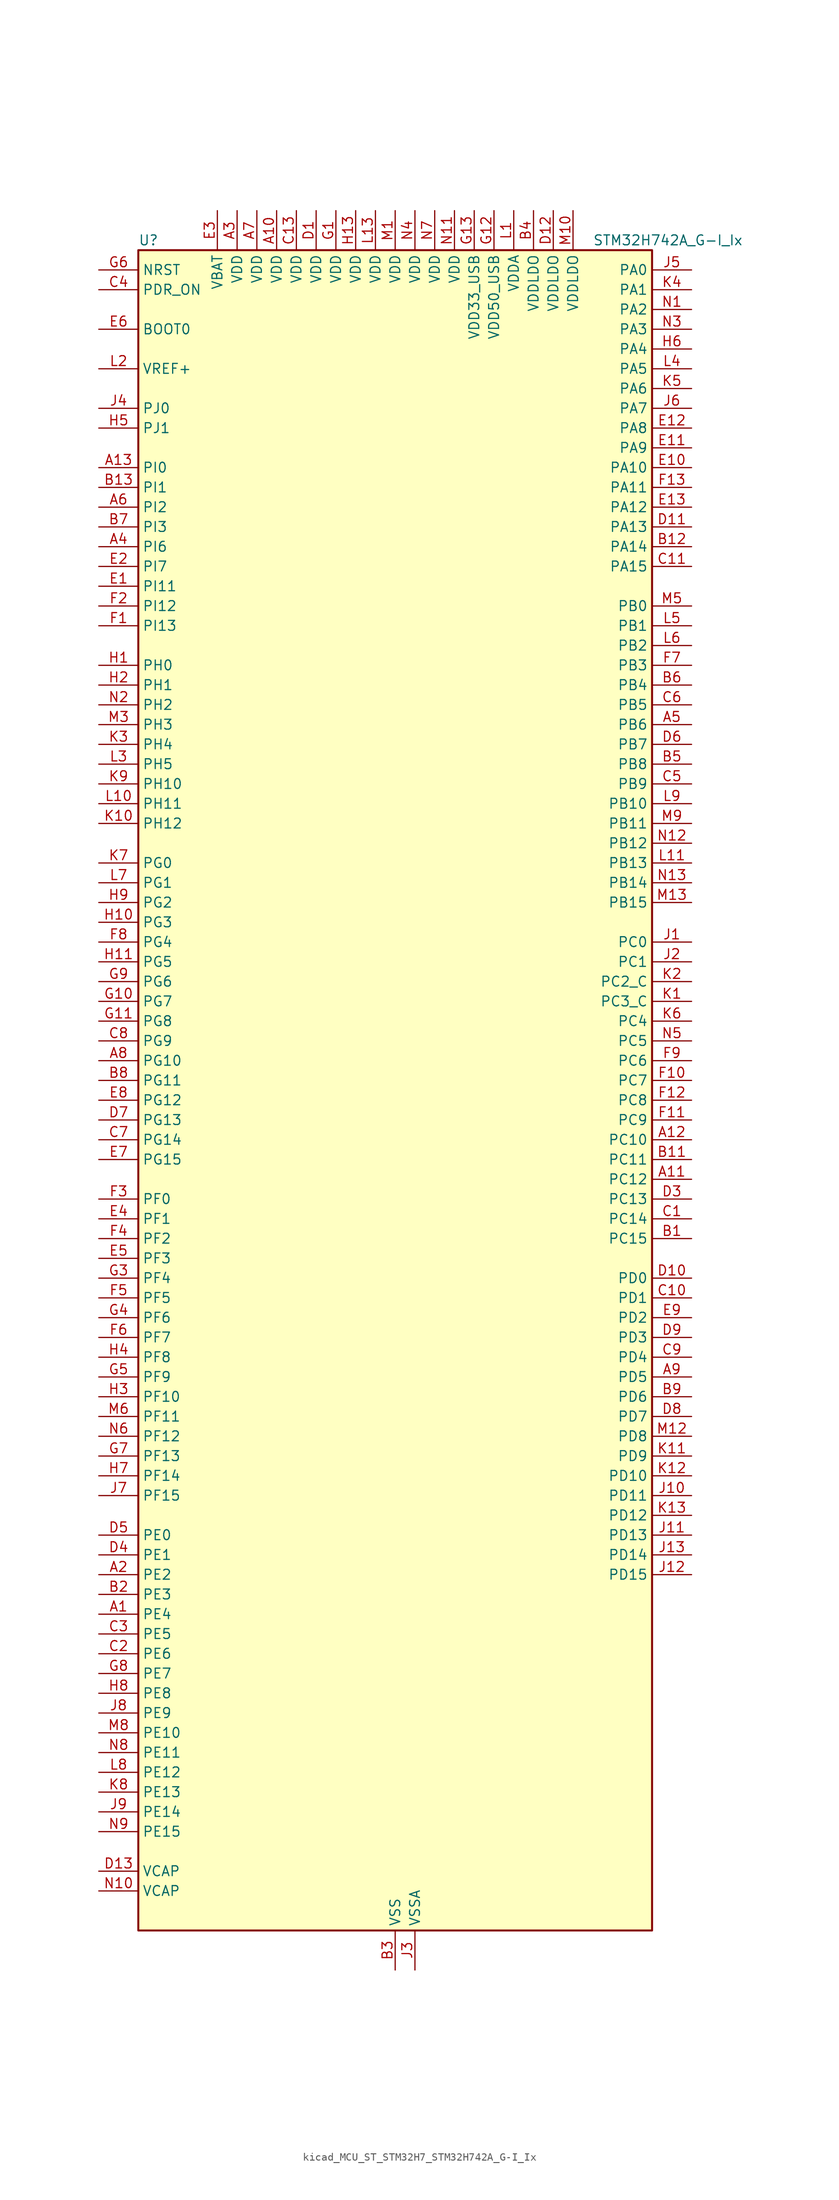
<source format=kicad_sym>
(kicad_symbol_lib
  (version 20220914)
  (generator kicad_symbol_editor)
  (symbol "kicad_MCU_ST_STM32H7_STM32H742A_G-I_Ix"
    (property "Reference" "U"
      (at -33.02 110.49 0)
      (effects (font (size 1.27 1.27)) (justify left)))
    (property "Value" "STM32H742A_G-I_Ix"
      (at 25.4 110.49 0)
      (effects (font (size 1.27 1.27)) (justify left)))
    (property "ki_locked" ""
      (at 0 0 0)
      (effects (font (size 1.27 1.27))))
    (symbol "kicad_MCU_ST_STM32H7_STM32H742A_G-I_Ix_0_1"
      (rectangle (start -33.02 -106.68) (end 33.02 109.22) (stroke (width 0.254) (type default)) (fill (type background))))
    (symbol "kicad_MCU_ST_STM32H7_STM32H742A_G-I_Ix_1_1"
      (pin bidirectional line (at -38.1 -66.04 0) (length 5.08) (name "PE4" (effects (font (size 1.27 1.27)))) (number "A1" (effects (font (size 1.27 1.27)))) (alternate "DCMI_D4" bidirectional line) (alternate "DEBUG_TRACED1" bidirectional line) (alternate "DFSDM1_DATIN3" bidirectional line) (alternate "FMC_A20" bidirectional line) (alternate "SAI1_D2" bidirectional line) (alternate "SAI1_FS_A" bidirectional line) (alternate "SAI4_D2" bidirectional line) (alternate "SAI4_FS_A" bidirectional line) (alternate "SPI4_NSS" bidirectional line) (alternate "TIM15_CH1N" bidirectional line))
      (pin power_in line (at -15.24 114.3 270) (length 5.08) (name "VDD" (effects (font (size 1.27 1.27)))) (number "A10" (effects (font (size 1.27 1.27)))))
      (pin bidirectional line (at 38.1 -10.16 180) (length 5.08) (name "PC12" (effects (font (size 1.27 1.27)))) (number "A11" (effects (font (size 1.27 1.27)))) (alternate "DCMI_D9" bidirectional line) (alternate "DEBUG_TRACED3" bidirectional line) (alternate "HRTIM_EEV2" bidirectional line) (alternate "I2S3_SDO" bidirectional line) (alternate "SDMMC1_CK" bidirectional line) (alternate "SPI3_MOSI" bidirectional line) (alternate "UART5_TX" bidirectional line) (alternate "USART3_CK" bidirectional line))
      (pin bidirectional line (at 38.1 -5.08 180) (length 5.08) (name "PC10" (effects (font (size 1.27 1.27)))) (number "A12" (effects (font (size 1.27 1.27)))) (alternate "DCMI_D8" bidirectional line) (alternate "DFSDM1_CKIN5" bidirectional line) (alternate "HRTIM_EEV1" bidirectional line) (alternate "I2S3_CK" bidirectional line) (alternate "QUADSPI_BK1_IO1" bidirectional line) (alternate "SDMMC1_D2" bidirectional line) (alternate "SPI3_SCK" bidirectional line) (alternate "UART4_TX" bidirectional line) (alternate "USART3_TX" bidirectional line))
      (pin bidirectional line (at -38.1 81.28 0) (length 5.08) (name "PI0" (effects (font (size 1.27 1.27)))) (number "A13" (effects (font (size 1.27 1.27)))) (alternate "DCMI_D13" bidirectional line) (alternate "FMC_D24" bidirectional line) (alternate "I2S2_WS" bidirectional line) (alternate "SPI2_NSS" bidirectional line) (alternate "TIM5_CH4" bidirectional line))
      (pin bidirectional line (at -38.1 -60.96 0) (length 5.08) (name "PE2" (effects (font (size 1.27 1.27)))) (number "A2" (effects (font (size 1.27 1.27)))) (alternate "DEBUG_TRACECLK" bidirectional line) (alternate "ETH_TXD3" bidirectional line) (alternate "FMC_A23" bidirectional line) (alternate "QUADSPI_BK1_IO2" bidirectional line) (alternate "SAI1_CK1" bidirectional line) (alternate "SAI1_MCLK_A" bidirectional line) (alternate "SAI4_CK1" bidirectional line) (alternate "SAI4_MCLK_A" bidirectional line) (alternate "SPI4_SCK" bidirectional line))
      (pin power_in line (at -20.32 114.3 270) (length 5.08) (name "VDD" (effects (font (size 1.27 1.27)))) (number "A3" (effects (font (size 1.27 1.27)))))
      (pin bidirectional line (at -38.1 71.12 0) (length 5.08) (name "PI6" (effects (font (size 1.27 1.27)))) (number "A4" (effects (font (size 1.27 1.27)))) (alternate "DCMI_D6" bidirectional line) (alternate "FMC_D28" bidirectional line) (alternate "SAI2_SD_A" bidirectional line) (alternate "TIM8_CH2" bidirectional line))
      (pin bidirectional line (at 38.1 48.26 180) (length 5.08) (name "PB6" (effects (font (size 1.27 1.27)))) (number "A5" (effects (font (size 1.27 1.27)))) (alternate "CEC" bidirectional line) (alternate "DCMI_D5" bidirectional line) (alternate "DFSDM1_DATIN5" bidirectional line) (alternate "FDCAN2_TX" bidirectional line) (alternate "FMC_SDNE1" bidirectional line) (alternate "HRTIM_EEV8" bidirectional line) (alternate "I2C1_SCL" bidirectional line) (alternate "I2C4_SCL" bidirectional line) (alternate "LPUART1_TX" bidirectional line) (alternate "QUADSPI_BK1_NCS" bidirectional line) (alternate "TIM16_CH1N" bidirectional line) (alternate "TIM4_CH1" bidirectional line) (alternate "UART5_TX" bidirectional line) (alternate "USART1_TX" bidirectional line))
      (pin bidirectional line (at -38.1 76.2 0) (length 5.08) (name "PI2" (effects (font (size 1.27 1.27)))) (number "A6" (effects (font (size 1.27 1.27)))) (alternate "DCMI_D9" bidirectional line) (alternate "FMC_D26" bidirectional line) (alternate "I2S2_SDI" bidirectional line) (alternate "SPI2_MISO" bidirectional line) (alternate "TIM8_CH4" bidirectional line))
      (pin power_in line (at -17.78 114.3 270) (length 5.08) (name "VDD" (effects (font (size 1.27 1.27)))) (number "A7" (effects (font (size 1.27 1.27)))))
      (pin bidirectional line (at -38.1 5.08 0) (length 5.08) (name "PG10" (effects (font (size 1.27 1.27)))) (number "A8" (effects (font (size 1.27 1.27)))) (alternate "DCMI_D2" bidirectional line) (alternate "FMC_NE3" bidirectional line) (alternate "HRTIM_FLT5" bidirectional line) (alternate "I2S1_WS" bidirectional line) (alternate "SAI2_SD_B" bidirectional line) (alternate "SPI1_NSS" bidirectional line))
      (pin bidirectional line (at 38.1 -35.56 180) (length 5.08) (name "PD5" (effects (font (size 1.27 1.27)))) (number "A9" (effects (font (size 1.27 1.27)))) (alternate "FMC_NWE" bidirectional line) (alternate "HRTIM_EEV3" bidirectional line) (alternate "USART2_TX" bidirectional line))
      (pin bidirectional line (at 38.1 -17.78 180) (length 5.08) (name "PC15" (effects (font (size 1.27 1.27)))) (number "B1" (effects (font (size 1.27 1.27)))) (alternate "ADC1_EXTI15" bidirectional line) (alternate "ADC2_EXTI15" bidirectional line) (alternate "ADC3_EXTI15" bidirectional line) (alternate "RCC_OSC32_OUT" bidirectional line))
      (pin passive line (at 0 -111.76 90) (length 5.08) hide (name "VSS" (effects (font (size 1.27 1.27)))) (number "B10" (effects (font (size 1.27 1.27)))))
      (pin bidirectional line (at 38.1 -7.62 180) (length 5.08) (name "PC11" (effects (font (size 1.27 1.27)))) (number "B11" (effects (font (size 1.27 1.27)))) (alternate "ADC1_EXTI11" bidirectional line) (alternate "ADC2_EXTI11" bidirectional line) (alternate "ADC3_EXTI11" bidirectional line) (alternate "DCMI_D4" bidirectional line) (alternate "DFSDM1_DATIN5" bidirectional line) (alternate "HRTIM_FLT2" bidirectional line) (alternate "I2S3_SDI" bidirectional line) (alternate "QUADSPI_BK2_NCS" bidirectional line) (alternate "SDMMC1_D3" bidirectional line) (alternate "SPI3_MISO" bidirectional line) (alternate "UART4_RX" bidirectional line) (alternate "USART3_RX" bidirectional line))
      (pin bidirectional line (at 38.1 71.12 180) (length 5.08) (name "PA14" (effects (font (size 1.27 1.27)))) (number "B12" (effects (font (size 1.27 1.27)))) (alternate "DEBUG_JTCK-SWCLK" bidirectional line))
      (pin bidirectional line (at -38.1 78.74 0) (length 5.08) (name "PI1" (effects (font (size 1.27 1.27)))) (number "B13" (effects (font (size 1.27 1.27)))) (alternate "DCMI_D8" bidirectional line) (alternate "FMC_D25" bidirectional line) (alternate "I2S2_CK" bidirectional line) (alternate "SPI2_SCK" bidirectional line) (alternate "TIM8_BKIN2" bidirectional line) (alternate "TIM8_BKIN2_COMP1" bidirectional line) (alternate "TIM8_BKIN2_COMP2" bidirectional line))
      (pin bidirectional line (at -38.1 -63.5 0) (length 5.08) (name "PE3" (effects (font (size 1.27 1.27)))) (number "B2" (effects (font (size 1.27 1.27)))) (alternate "DEBUG_TRACED0" bidirectional line) (alternate "FMC_A19" bidirectional line) (alternate "SAI1_SD_B" bidirectional line) (alternate "SAI4_SD_B" bidirectional line) (alternate "TIM15_BKIN" bidirectional line))
      (pin power_in line (at 0 -111.76 90) (length 5.08) (name "VSS" (effects (font (size 1.27 1.27)))) (number "B3" (effects (font (size 1.27 1.27)))))
      (pin power_in line (at 17.78 114.3 270) (length 5.08) (name "VDDLDO" (effects (font (size 1.27 1.27)))) (number "B4" (effects (font (size 1.27 1.27)))))
      (pin bidirectional line (at 38.1 43.18 180) (length 5.08) (name "PB8" (effects (font (size 1.27 1.27)))) (number "B5" (effects (font (size 1.27 1.27)))) (alternate "DCMI_D6" bidirectional line) (alternate "DFSDM1_CKIN7" bidirectional line) (alternate "ETH_TXD3" bidirectional line) (alternate "FDCAN1_RX" bidirectional line) (alternate "I2C1_SCL" bidirectional line) (alternate "I2C4_SCL" bidirectional line) (alternate "SDMMC1_CKIN" bidirectional line) (alternate "SDMMC1_D4" bidirectional line) (alternate "SDMMC2_D4" bidirectional line) (alternate "TIM16_CH1" bidirectional line) (alternate "TIM4_CH3" bidirectional line) (alternate "UART4_RX" bidirectional line))
      (pin bidirectional line (at 38.1 53.34 180) (length 5.08) (name "PB4" (effects (font (size 1.27 1.27)))) (number "B6" (effects (font (size 1.27 1.27)))) (alternate "DEBUG_JTRST" bidirectional line) (alternate "HRTIM_EEV6" bidirectional line) (alternate "I2S1_SDI" bidirectional line) (alternate "I2S2_WS" bidirectional line) (alternate "I2S3_SDI" bidirectional line) (alternate "SDMMC2_D3" bidirectional line) (alternate "SPI1_MISO" bidirectional line) (alternate "SPI2_NSS" bidirectional line) (alternate "SPI3_MISO" bidirectional line) (alternate "SPI6_MISO" bidirectional line) (alternate "TIM16_BKIN" bidirectional line) (alternate "TIM3_CH1" bidirectional line) (alternate "UART7_TX" bidirectional line))
      (pin bidirectional line (at -38.1 73.66 0) (length 5.08) (name "PI3" (effects (font (size 1.27 1.27)))) (number "B7" (effects (font (size 1.27 1.27)))) (alternate "DCMI_D10" bidirectional line) (alternate "FMC_D27" bidirectional line) (alternate "I2S2_SDO" bidirectional line) (alternate "SPI2_MOSI" bidirectional line) (alternate "TIM8_ETR" bidirectional line))
      (pin bidirectional line (at -38.1 2.54 0) (length 5.08) (name "PG11" (effects (font (size 1.27 1.27)))) (number "B8" (effects (font (size 1.27 1.27)))) (alternate "ADC1_EXTI11" bidirectional line) (alternate "ADC2_EXTI11" bidirectional line) (alternate "ADC3_EXTI11" bidirectional line) (alternate "DCMI_D3" bidirectional line) (alternate "ETH_TX_EN" bidirectional line) (alternate "HRTIM_EEV4" bidirectional line) (alternate "I2S1_CK" bidirectional line) (alternate "LPTIM1_IN2" bidirectional line) (alternate "SDMMC2_D2" bidirectional line) (alternate "SPDIFRX1_IN0" bidirectional line) (alternate "SPI1_SCK" bidirectional line))
      (pin bidirectional line (at 38.1 -38.1 180) (length 5.08) (name "PD6" (effects (font (size 1.27 1.27)))) (number "B9" (effects (font (size 1.27 1.27)))) (alternate "DCMI_D10" bidirectional line) (alternate "DFSDM1_CKIN4" bidirectional line) (alternate "DFSDM1_DATIN1" bidirectional line) (alternate "FMC_NWAIT" bidirectional line) (alternate "I2S3_SDO" bidirectional line) (alternate "SAI1_D1" bidirectional line) (alternate "SAI1_SD_A" bidirectional line) (alternate "SAI4_D1" bidirectional line) (alternate "SAI4_SD_A" bidirectional line) (alternate "SDMMC2_CK" bidirectional line) (alternate "SPI3_MOSI" bidirectional line) (alternate "USART2_RX" bidirectional line))
      (pin bidirectional line (at 38.1 -15.24 180) (length 5.08) (name "PC14" (effects (font (size 1.27 1.27)))) (number "C1" (effects (font (size 1.27 1.27)))) (alternate "RCC_OSC32_IN" bidirectional line))
      (pin bidirectional line (at 38.1 -25.4 180) (length 5.08) (name "PD1" (effects (font (size 1.27 1.27)))) (number "C10" (effects (font (size 1.27 1.27)))) (alternate "DFSDM1_DATIN6" bidirectional line) (alternate "FDCAN1_TX" bidirectional line) (alternate "FMC_D3" bidirectional line) (alternate "FMC_DA3" bidirectional line) (alternate "SAI3_SD_A" bidirectional line) (alternate "UART4_TX" bidirectional line))
      (pin bidirectional line (at 38.1 68.58 180) (length 5.08) (name "PA15" (effects (font (size 1.27 1.27)))) (number "C11" (effects (font (size 1.27 1.27)))) (alternate "ADC1_EXTI15" bidirectional line) (alternate "ADC2_EXTI15" bidirectional line) (alternate "ADC3_EXTI15" bidirectional line) (alternate "CEC" bidirectional line) (alternate "DEBUG_JTDI" bidirectional line) (alternate "HRTIM_FLT1" bidirectional line) (alternate "I2S1_WS" bidirectional line) (alternate "I2S3_WS" bidirectional line) (alternate "SPI1_NSS" bidirectional line) (alternate "SPI3_NSS" bidirectional line) (alternate "SPI6_NSS" bidirectional line) (alternate "TIM2_CH1" bidirectional line) (alternate "TIM2_ETR" bidirectional line) (alternate "UART4_DE" bidirectional line) (alternate "UART4_RTS" bidirectional line) (alternate "UART7_TX" bidirectional line))
      (pin passive line (at 0 -111.76 90) (length 5.08) hide (name "VSS" (effects (font (size 1.27 1.27)))) (number "C12" (effects (font (size 1.27 1.27)))))
      (pin power_in line (at -12.7 114.3 270) (length 5.08) (name "VDD" (effects (font (size 1.27 1.27)))) (number "C13" (effects (font (size 1.27 1.27)))))
      (pin bidirectional line (at -38.1 -71.12 0) (length 5.08) (name "PE6" (effects (font (size 1.27 1.27)))) (number "C2" (effects (font (size 1.27 1.27)))) (alternate "DCMI_D7" bidirectional line) (alternate "DEBUG_TRACED3" bidirectional line) (alternate "FMC_A22" bidirectional line) (alternate "SAI1_D1" bidirectional line) (alternate "SAI1_SD_A" bidirectional line) (alternate "SAI2_MCLK_B" bidirectional line) (alternate "SAI4_D1" bidirectional line) (alternate "SAI4_SD_A" bidirectional line) (alternate "SPI4_MOSI" bidirectional line) (alternate "TIM15_CH2" bidirectional line) (alternate "TIM1_BKIN2" bidirectional line) (alternate "TIM1_BKIN2_COMP1" bidirectional line) (alternate "TIM1_BKIN2_COMP2" bidirectional line))
      (pin bidirectional line (at -38.1 -68.58 0) (length 5.08) (name "PE5" (effects (font (size 1.27 1.27)))) (number "C3" (effects (font (size 1.27 1.27)))) (alternate "DCMI_D6" bidirectional line) (alternate "DEBUG_TRACED2" bidirectional line) (alternate "DFSDM1_CKIN3" bidirectional line) (alternate "FMC_A21" bidirectional line) (alternate "SAI1_CK2" bidirectional line) (alternate "SAI1_SCK_A" bidirectional line) (alternate "SAI4_CK2" bidirectional line) (alternate "SAI4_SCK_A" bidirectional line) (alternate "SPI4_MISO" bidirectional line) (alternate "TIM15_CH1" bidirectional line))
      (pin input line (at -38.1 104.14 0) (length 5.08) (name "PDR_ON" (effects (font (size 1.27 1.27)))) (number "C4" (effects (font (size 1.27 1.27)))))
      (pin bidirectional line (at 38.1 40.64 180) (length 5.08) (name "PB9" (effects (font (size 1.27 1.27)))) (number "C5" (effects (font (size 1.27 1.27)))) (alternate "DAC1_EXTI9" bidirectional line) (alternate "DCMI_D7" bidirectional line) (alternate "DFSDM1_DATIN7" bidirectional line) (alternate "FDCAN1_TX" bidirectional line) (alternate "I2C1_SDA" bidirectional line) (alternate "I2C4_SDA" bidirectional line) (alternate "I2C4_SMBA" bidirectional line) (alternate "I2S2_WS" bidirectional line) (alternate "SDMMC1_CDIR" bidirectional line) (alternate "SDMMC1_D5" bidirectional line) (alternate "SDMMC2_D5" bidirectional line) (alternate "SPI2_NSS" bidirectional line) (alternate "TIM17_CH1" bidirectional line) (alternate "TIM4_CH4" bidirectional line) (alternate "UART4_TX" bidirectional line))
      (pin bidirectional line (at 38.1 50.8 180) (length 5.08) (name "PB5" (effects (font (size 1.27 1.27)))) (number "C6" (effects (font (size 1.27 1.27)))) (alternate "DCMI_D10" bidirectional line) (alternate "ETH_PPS_OUT" bidirectional line) (alternate "FDCAN2_RX" bidirectional line) (alternate "FMC_SDCKE1" bidirectional line) (alternate "HRTIM_EEV7" bidirectional line) (alternate "I2C1_SMBA" bidirectional line) (alternate "I2C4_SMBA" bidirectional line) (alternate "I2S1_SDO" bidirectional line) (alternate "I2S3_SDO" bidirectional line) (alternate "SPI1_MOSI" bidirectional line) (alternate "SPI3_MOSI" bidirectional line) (alternate "SPI6_MOSI" bidirectional line) (alternate "TIM17_BKIN" bidirectional line) (alternate "TIM3_CH2" bidirectional line) (alternate "UART5_RX" bidirectional line) (alternate "USB_OTG_HS_ULPI_D7" bidirectional line))
      (pin bidirectional line (at -38.1 -5.08 0) (length 5.08) (name "PG14" (effects (font (size 1.27 1.27)))) (number "C7" (effects (font (size 1.27 1.27)))) (alternate "DEBUG_TRACED1" bidirectional line) (alternate "ETH_TXD1" bidirectional line) (alternate "FMC_A25" bidirectional line) (alternate "LPTIM1_ETR" bidirectional line) (alternate "QUADSPI_BK2_IO3" bidirectional line) (alternate "SPI6_MOSI" bidirectional line) (alternate "USART6_TX" bidirectional line))
      (pin bidirectional line (at -38.1 7.62 0) (length 5.08) (name "PG9" (effects (font (size 1.27 1.27)))) (number "C8" (effects (font (size 1.27 1.27)))) (alternate "DAC1_EXTI9" bidirectional line) (alternate "DCMI_VSYNC" bidirectional line) (alternate "FMC_NCE" bidirectional line) (alternate "FMC_NE2" bidirectional line) (alternate "I2S1_SDI" bidirectional line) (alternate "QUADSPI_BK2_IO2" bidirectional line) (alternate "SAI2_FS_B" bidirectional line) (alternate "SPDIFRX1_IN3" bidirectional line) (alternate "SPI1_MISO" bidirectional line) (alternate "USART6_RX" bidirectional line))
      (pin bidirectional line (at 38.1 -33.02 180) (length 5.08) (name "PD4" (effects (font (size 1.27 1.27)))) (number "C9" (effects (font (size 1.27 1.27)))) (alternate "FMC_NOE" bidirectional line) (alternate "HRTIM_FLT3" bidirectional line) (alternate "SAI3_FS_A" bidirectional line) (alternate "USART2_DE" bidirectional line) (alternate "USART2_RTS" bidirectional line))
      (pin power_in line (at -10.16 114.3 270) (length 5.08) (name "VDD" (effects (font (size 1.27 1.27)))) (number "D1" (effects (font (size 1.27 1.27)))))
      (pin bidirectional line (at 38.1 -22.86 180) (length 5.08) (name "PD0" (effects (font (size 1.27 1.27)))) (number "D10" (effects (font (size 1.27 1.27)))) (alternate "DFSDM1_CKIN6" bidirectional line) (alternate "FDCAN1_RX" bidirectional line) (alternate "FMC_D2" bidirectional line) (alternate "FMC_DA2" bidirectional line) (alternate "SAI3_SCK_A" bidirectional line) (alternate "UART4_RX" bidirectional line))
      (pin bidirectional line (at 38.1 73.66 180) (length 5.08) (name "PA13" (effects (font (size 1.27 1.27)))) (number "D11" (effects (font (size 1.27 1.27)))) (alternate "DEBUG_JTMS-SWDIO" bidirectional line))
      (pin power_in line (at 20.32 114.3 270) (length 5.08) (name "VDDLDO" (effects (font (size 1.27 1.27)))) (number "D12" (effects (font (size 1.27 1.27)))))
      (pin power_out line (at -38.1 -99.06 0) (length 5.08) (name "VCAP" (effects (font (size 1.27 1.27)))) (number "D13" (effects (font (size 1.27 1.27)))))
      (pin passive line (at 0 -111.76 90) (length 5.08) hide (name "VSS" (effects (font (size 1.27 1.27)))) (number "D2" (effects (font (size 1.27 1.27)))))
      (pin bidirectional line (at 38.1 -12.7 180) (length 5.08) (name "PC13" (effects (font (size 1.27 1.27)))) (number "D3" (effects (font (size 1.27 1.27)))) (alternate "PWR_WKUP2" bidirectional line) (alternate "RTC_OUT_ALARM" bidirectional line) (alternate "RTC_OUT_CALIB" bidirectional line) (alternate "RTC_TAMP1" bidirectional line) (alternate "RTC_TS" bidirectional line))
      (pin bidirectional line (at -38.1 -58.42 0) (length 5.08) (name "PE1" (effects (font (size 1.27 1.27)))) (number "D4" (effects (font (size 1.27 1.27)))) (alternate "DCMI_D3" bidirectional line) (alternate "FMC_NBL1" bidirectional line) (alternate "HRTIM_SCOUT" bidirectional line) (alternate "LPTIM1_IN2" bidirectional line) (alternate "UART8_TX" bidirectional line))
      (pin bidirectional line (at -38.1 -55.88 0) (length 5.08) (name "PE0" (effects (font (size 1.27 1.27)))) (number "D5" (effects (font (size 1.27 1.27)))) (alternate "DCMI_D2" bidirectional line) (alternate "FMC_NBL0" bidirectional line) (alternate "HRTIM_SCIN" bidirectional line) (alternate "LPTIM1_ETR" bidirectional line) (alternate "LPTIM2_ETR" bidirectional line) (alternate "SAI2_MCLK_A" bidirectional line) (alternate "TIM4_ETR" bidirectional line) (alternate "UART8_RX" bidirectional line))
      (pin bidirectional line (at 38.1 45.72 180) (length 5.08) (name "PB7" (effects (font (size 1.27 1.27)))) (number "D6" (effects (font (size 1.27 1.27)))) (alternate "DCMI_VSYNC" bidirectional line) (alternate "DFSDM1_CKIN5" bidirectional line) (alternate "FMC_NL" bidirectional line) (alternate "HRTIM_EEV9" bidirectional line) (alternate "I2C1_SDA" bidirectional line) (alternate "I2C4_SDA" bidirectional line) (alternate "LPUART1_RX" bidirectional line) (alternate "PWR_PVD_IN" bidirectional line) (alternate "TIM17_CH1N" bidirectional line) (alternate "TIM4_CH2" bidirectional line) (alternate "USART1_RX" bidirectional line))
      (pin bidirectional line (at -38.1 -2.54 0) (length 5.08) (name "PG13" (effects (font (size 1.27 1.27)))) (number "D7" (effects (font (size 1.27 1.27)))) (alternate "DEBUG_TRACED0" bidirectional line) (alternate "ETH_TXD0" bidirectional line) (alternate "FMC_A24" bidirectional line) (alternate "HRTIM_EEV10" bidirectional line) (alternate "LPTIM1_OUT" bidirectional line) (alternate "SPI6_SCK" bidirectional line) (alternate "USART6_CTS" bidirectional line) (alternate "USART6_NSS" bidirectional line))
      (pin bidirectional line (at 38.1 -40.64 180) (length 5.08) (name "PD7" (effects (font (size 1.27 1.27)))) (number "D8" (effects (font (size 1.27 1.27)))) (alternate "DFSDM1_CKIN1" bidirectional line) (alternate "DFSDM1_DATIN4" bidirectional line) (alternate "FMC_NE1" bidirectional line) (alternate "I2S1_SDO" bidirectional line) (alternate "SDMMC2_CMD" bidirectional line) (alternate "SPDIFRX1_IN0" bidirectional line) (alternate "SPI1_MOSI" bidirectional line) (alternate "USART2_CK" bidirectional line))
      (pin bidirectional line (at 38.1 -30.48 180) (length 5.08) (name "PD3" (effects (font (size 1.27 1.27)))) (number "D9" (effects (font (size 1.27 1.27)))) (alternate "DCMI_D5" bidirectional line) (alternate "DFSDM1_CKOUT" bidirectional line) (alternate "FMC_CLK" bidirectional line) (alternate "I2S2_CK" bidirectional line) (alternate "SPI2_SCK" bidirectional line) (alternate "USART2_CTS" bidirectional line) (alternate "USART2_NSS" bidirectional line))
      (pin bidirectional line (at -38.1 66.04 0) (length 5.08) (name "PI11" (effects (font (size 1.27 1.27)))) (number "E1" (effects (font (size 1.27 1.27)))) (alternate "ADC1_EXTI11" bidirectional line) (alternate "ADC2_EXTI11" bidirectional line) (alternate "ADC3_EXTI11" bidirectional line) (alternate "PWR_WKUP4" bidirectional line) (alternate "USB_OTG_HS_ULPI_DIR" bidirectional line))
      (pin bidirectional line (at 38.1 81.28 180) (length 5.08) (name "PA10" (effects (font (size 1.27 1.27)))) (number "E10" (effects (font (size 1.27 1.27)))) (alternate "DCMI_D1" bidirectional line) (alternate "HRTIM_CHC2" bidirectional line) (alternate "LPUART1_RX" bidirectional line) (alternate "MDIOS_MDIO" bidirectional line) (alternate "TIM1_CH3" bidirectional line) (alternate "USART1_RX" bidirectional line) (alternate "USB_OTG_FS_ID" bidirectional line))
      (pin bidirectional line (at 38.1 83.82 180) (length 5.08) (name "PA9" (effects (font (size 1.27 1.27)))) (number "E11" (effects (font (size 1.27 1.27)))) (alternate "DAC1_EXTI9" bidirectional line) (alternate "DCMI_D0" bidirectional line) (alternate "HRTIM_CHC1" bidirectional line) (alternate "I2C3_SMBA" bidirectional line) (alternate "I2S2_CK" bidirectional line) (alternate "LPUART1_TX" bidirectional line) (alternate "SPI2_SCK" bidirectional line) (alternate "TIM1_CH2" bidirectional line) (alternate "USART1_TX" bidirectional line) (alternate "USB_OTG_FS_VBUS" bidirectional line))
      (pin bidirectional line (at 38.1 86.36 180) (length 5.08) (name "PA8" (effects (font (size 1.27 1.27)))) (number "E12" (effects (font (size 1.27 1.27)))) (alternate "HRTIM_CHB2" bidirectional line) (alternate "I2C3_SCL" bidirectional line) (alternate "RCC_MCO_1" bidirectional line) (alternate "TIM1_CH1" bidirectional line) (alternate "TIM8_BKIN2" bidirectional line) (alternate "TIM8_BKIN2_COMP1" bidirectional line) (alternate "TIM8_BKIN2_COMP2" bidirectional line) (alternate "UART7_RX" bidirectional line) (alternate "USART1_CK" bidirectional line) (alternate "USB_OTG_FS_SOF" bidirectional line))
      (pin bidirectional line (at 38.1 76.2 180) (length 5.08) (name "PA12" (effects (font (size 1.27 1.27)))) (number "E13" (effects (font (size 1.27 1.27)))) (alternate "FDCAN1_TX" bidirectional line) (alternate "HRTIM_CHD2" bidirectional line) (alternate "I2S2_CK" bidirectional line) (alternate "LPUART1_DE" bidirectional line) (alternate "LPUART1_RTS" bidirectional line) (alternate "SAI2_FS_B" bidirectional line) (alternate "SPI2_SCK" bidirectional line) (alternate "TIM1_ETR" bidirectional line) (alternate "UART4_TX" bidirectional line) (alternate "USART1_DE" bidirectional line) (alternate "USART1_RTS" bidirectional line) (alternate "USB_OTG_FS_DP" bidirectional line))
      (pin bidirectional line (at -38.1 68.58 0) (length 5.08) (name "PI7" (effects (font (size 1.27 1.27)))) (number "E2" (effects (font (size 1.27 1.27)))) (alternate "DCMI_D7" bidirectional line) (alternate "FMC_D29" bidirectional line) (alternate "SAI2_FS_A" bidirectional line) (alternate "TIM8_CH3" bidirectional line))
      (pin power_in line (at -22.86 114.3 270) (length 5.08) (name "VBAT" (effects (font (size 1.27 1.27)))) (number "E3" (effects (font (size 1.27 1.27)))))
      (pin bidirectional line (at -38.1 -15.24 0) (length 5.08) (name "PF1" (effects (font (size 1.27 1.27)))) (number "E4" (effects (font (size 1.27 1.27)))) (alternate "FMC_A1" bidirectional line) (alternate "I2C2_SCL" bidirectional line))
      (pin bidirectional line (at -38.1 -20.32 0) (length 5.08) (name "PF3" (effects (font (size 1.27 1.27)))) (number "E5" (effects (font (size 1.27 1.27)))) (alternate "ADC3_INP5" bidirectional line) (alternate "FMC_A3" bidirectional line))
      (pin input line (at -38.1 99.06 0) (length 5.08) (name "BOOT0" (effects (font (size 1.27 1.27)))) (number "E6" (effects (font (size 1.27 1.27)))))
      (pin bidirectional line (at -38.1 -7.62 0) (length 5.08) (name "PG15" (effects (font (size 1.27 1.27)))) (number "E7" (effects (font (size 1.27 1.27)))) (alternate "ADC1_EXTI15" bidirectional line) (alternate "ADC2_EXTI15" bidirectional line) (alternate "ADC3_EXTI15" bidirectional line) (alternate "DCMI_D13" bidirectional line) (alternate "FMC_SDNCAS" bidirectional line) (alternate "USART6_CTS" bidirectional line) (alternate "USART6_NSS" bidirectional line))
      (pin bidirectional line (at -38.1 0 0) (length 5.08) (name "PG12" (effects (font (size 1.27 1.27)))) (number "E8" (effects (font (size 1.27 1.27)))) (alternate "ETH_TXD1" bidirectional line) (alternate "FMC_NE4" bidirectional line) (alternate "HRTIM_EEV5" bidirectional line) (alternate "LPTIM1_IN1" bidirectional line) (alternate "SPDIFRX1_IN1" bidirectional line) (alternate "SPI6_MISO" bidirectional line) (alternate "USART6_DE" bidirectional line) (alternate "USART6_RTS" bidirectional line))
      (pin bidirectional line (at 38.1 -27.94 180) (length 5.08) (name "PD2" (effects (font (size 1.27 1.27)))) (number "E9" (effects (font (size 1.27 1.27)))) (alternate "DCMI_D11" bidirectional line) (alternate "DEBUG_TRACED2" bidirectional line) (alternate "SDMMC1_CMD" bidirectional line) (alternate "TIM3_ETR" bidirectional line) (alternate "UART5_RX" bidirectional line))
      (pin bidirectional line (at -38.1 60.96 0) (length 5.08) (name "PI13" (effects (font (size 1.27 1.27)))) (number "F1" (effects (font (size 1.27 1.27)))))
      (pin bidirectional line (at 38.1 2.54 180) (length 5.08) (name "PC7" (effects (font (size 1.27 1.27)))) (number "F10" (effects (font (size 1.27 1.27)))) (alternate "DCMI_D1" bidirectional line) (alternate "DEBUG_TRGIO" bidirectional line) (alternate "DFSDM1_DATIN3" bidirectional line) (alternate "FMC_NE1" bidirectional line) (alternate "HRTIM_CHA2" bidirectional line) (alternate "I2S3_MCK" bidirectional line) (alternate "SDMMC1_D123DIR" bidirectional line) (alternate "SDMMC1_D7" bidirectional line) (alternate "SDMMC2_D7" bidirectional line) (alternate "SWPMI1_TX" bidirectional line) (alternate "TIM3_CH2" bidirectional line) (alternate "TIM8_CH2" bidirectional line) (alternate "USART6_RX" bidirectional line))
      (pin bidirectional line (at 38.1 -2.54 180) (length 5.08) (name "PC9" (effects (font (size 1.27 1.27)))) (number "F11" (effects (font (size 1.27 1.27)))) (alternate "DAC1_EXTI9" bidirectional line) (alternate "DCMI_D3" bidirectional line) (alternate "I2C3_SDA" bidirectional line) (alternate "I2S_CKIN" bidirectional line) (alternate "QUADSPI_BK1_IO0" bidirectional line) (alternate "RCC_MCO_2" bidirectional line) (alternate "SDMMC1_D1" bidirectional line) (alternate "SWPMI1_SUSPEND" bidirectional line) (alternate "TIM3_CH4" bidirectional line) (alternate "TIM8_CH4" bidirectional line) (alternate "UART5_CTS" bidirectional line))
      (pin bidirectional line (at 38.1 0 180) (length 5.08) (name "PC8" (effects (font (size 1.27 1.27)))) (number "F12" (effects (font (size 1.27 1.27)))) (alternate "DCMI_D2" bidirectional line) (alternate "DEBUG_TRACED1" bidirectional line) (alternate "FMC_NCE" bidirectional line) (alternate "FMC_NE2" bidirectional line) (alternate "HRTIM_CHB1" bidirectional line) (alternate "SDMMC1_D0" bidirectional line) (alternate "SWPMI1_RX" bidirectional line) (alternate "TIM3_CH3" bidirectional line) (alternate "TIM8_CH3" bidirectional line) (alternate "UART5_DE" bidirectional line) (alternate "UART5_RTS" bidirectional line) (alternate "USART6_CK" bidirectional line))
      (pin bidirectional line (at 38.1 78.74 180) (length 5.08) (name "PA11" (effects (font (size 1.27 1.27)))) (number "F13" (effects (font (size 1.27 1.27)))) (alternate "ADC1_EXTI11" bidirectional line) (alternate "ADC2_EXTI11" bidirectional line) (alternate "ADC3_EXTI11" bidirectional line) (alternate "FDCAN1_RX" bidirectional line) (alternate "HRTIM_CHD1" bidirectional line) (alternate "I2S2_WS" bidirectional line) (alternate "LPUART1_CTS" bidirectional line) (alternate "SPI2_NSS" bidirectional line) (alternate "TIM1_CH4" bidirectional line) (alternate "UART4_RX" bidirectional line) (alternate "USART1_CTS" bidirectional line) (alternate "USART1_NSS" bidirectional line) (alternate "USB_OTG_FS_DM" bidirectional line))
      (pin bidirectional line (at -38.1 63.5 0) (length 5.08) (name "PI12" (effects (font (size 1.27 1.27)))) (number "F2" (effects (font (size 1.27 1.27)))))
      (pin bidirectional line (at -38.1 -12.7 0) (length 5.08) (name "PF0" (effects (font (size 1.27 1.27)))) (number "F3" (effects (font (size 1.27 1.27)))) (alternate "FMC_A0" bidirectional line) (alternate "I2C2_SDA" bidirectional line))
      (pin bidirectional line (at -38.1 -17.78 0) (length 5.08) (name "PF2" (effects (font (size 1.27 1.27)))) (number "F4" (effects (font (size 1.27 1.27)))) (alternate "FMC_A2" bidirectional line) (alternate "I2C2_SMBA" bidirectional line))
      (pin bidirectional line (at -38.1 -25.4 0) (length 5.08) (name "PF5" (effects (font (size 1.27 1.27)))) (number "F5" (effects (font (size 1.27 1.27)))) (alternate "ADC3_INP4" bidirectional line) (alternate "FMC_A5" bidirectional line))
      (pin bidirectional line (at -38.1 -30.48 0) (length 5.08) (name "PF7" (effects (font (size 1.27 1.27)))) (number "F6" (effects (font (size 1.27 1.27)))) (alternate "ADC3_INP3" bidirectional line) (alternate "QUADSPI_BK1_IO2" bidirectional line) (alternate "SAI1_MCLK_B" bidirectional line) (alternate "SAI4_MCLK_B" bidirectional line) (alternate "SPI5_SCK" bidirectional line) (alternate "TIM17_CH1" bidirectional line) (alternate "UART7_TX" bidirectional line))
      (pin bidirectional line (at 38.1 55.88 180) (length 5.08) (name "PB3" (effects (font (size 1.27 1.27)))) (number "F7" (effects (font (size 1.27 1.27)))) (alternate "CRS_SYNC" bidirectional line) (alternate "DEBUG_JTDO-SWO" bidirectional line) (alternate "HRTIM_FLT4" bidirectional line) (alternate "I2S1_CK" bidirectional line) (alternate "I2S3_CK" bidirectional line) (alternate "SDMMC2_D2" bidirectional line) (alternate "SPI1_SCK" bidirectional line) (alternate "SPI3_SCK" bidirectional line) (alternate "SPI6_SCK" bidirectional line) (alternate "TIM2_CH2" bidirectional line) (alternate "UART7_RX" bidirectional line))
      (pin bidirectional line (at -38.1 20.32 0) (length 5.08) (name "PG4" (effects (font (size 1.27 1.27)))) (number "F8" (effects (font (size 1.27 1.27)))) (alternate "FMC_A14" bidirectional line) (alternate "FMC_BA0" bidirectional line) (alternate "TIM1_BKIN2" bidirectional line) (alternate "TIM1_BKIN2_COMP1" bidirectional line) (alternate "TIM1_BKIN2_COMP2" bidirectional line))
      (pin bidirectional line (at 38.1 5.08 180) (length 5.08) (name "PC6" (effects (font (size 1.27 1.27)))) (number "F9" (effects (font (size 1.27 1.27)))) (alternate "DCMI_D0" bidirectional line) (alternate "DFSDM1_CKIN3" bidirectional line) (alternate "FMC_NWAIT" bidirectional line) (alternate "HRTIM_CHA1" bidirectional line) (alternate "I2S2_MCK" bidirectional line) (alternate "SDMMC1_D0DIR" bidirectional line) (alternate "SDMMC1_D6" bidirectional line) (alternate "SDMMC2_D6" bidirectional line) (alternate "SWPMI1_IO" bidirectional line) (alternate "TIM3_CH1" bidirectional line) (alternate "TIM8_CH1" bidirectional line) (alternate "USART6_TX" bidirectional line))
      (pin power_in line (at -7.62 114.3 270) (length 5.08) (name "VDD" (effects (font (size 1.27 1.27)))) (number "G1" (effects (font (size 1.27 1.27)))))
      (pin bidirectional line (at -38.1 12.7 0) (length 5.08) (name "PG7" (effects (font (size 1.27 1.27)))) (number "G10" (effects (font (size 1.27 1.27)))) (alternate "DCMI_D13" bidirectional line) (alternate "FMC_INT" bidirectional line) (alternate "HRTIM_CHE2" bidirectional line) (alternate "SAI1_MCLK_A" bidirectional line) (alternate "USART6_CK" bidirectional line))
      (pin bidirectional line (at -38.1 10.16 0) (length 5.08) (name "PG8" (effects (font (size 1.27 1.27)))) (number "G11" (effects (font (size 1.27 1.27)))) (alternate "ETH_PPS_OUT" bidirectional line) (alternate "FMC_SDCLK" bidirectional line) (alternate "SPDIFRX1_IN2" bidirectional line) (alternate "SPI6_NSS" bidirectional line) (alternate "TIM8_ETR" bidirectional line) (alternate "USART6_DE" bidirectional line) (alternate "USART6_RTS" bidirectional line))
      (pin power_in line (at 12.7 114.3 270) (length 5.08) (name "VDD50_USB" (effects (font (size 1.27 1.27)))) (number "G12" (effects (font (size 1.27 1.27)))))
      (pin power_in line (at 10.16 114.3 270) (length 5.08) (name "VDD33_USB" (effects (font (size 1.27 1.27)))) (number "G13" (effects (font (size 1.27 1.27)))))
      (pin passive line (at 0 -111.76 90) (length 5.08) hide (name "VSS" (effects (font (size 1.27 1.27)))) (number "G2" (effects (font (size 1.27 1.27)))))
      (pin bidirectional line (at -38.1 -22.86 0) (length 5.08) (name "PF4" (effects (font (size 1.27 1.27)))) (number "G3" (effects (font (size 1.27 1.27)))) (alternate "ADC3_INN5" bidirectional line) (alternate "ADC3_INP9" bidirectional line) (alternate "FMC_A4" bidirectional line))
      (pin bidirectional line (at -38.1 -27.94 0) (length 5.08) (name "PF6" (effects (font (size 1.27 1.27)))) (number "G4" (effects (font (size 1.27 1.27)))) (alternate "ADC3_INN4" bidirectional line) (alternate "ADC3_INP8" bidirectional line) (alternate "QUADSPI_BK1_IO3" bidirectional line) (alternate "SAI1_SD_B" bidirectional line) (alternate "SAI4_SD_B" bidirectional line) (alternate "SPI5_NSS" bidirectional line) (alternate "TIM16_CH1" bidirectional line) (alternate "UART7_RX" bidirectional line))
      (pin bidirectional line (at -38.1 -35.56 0) (length 5.08) (name "PF9" (effects (font (size 1.27 1.27)))) (number "G5" (effects (font (size 1.27 1.27)))) (alternate "ADC3_INP2" bidirectional line) (alternate "DAC1_EXTI9" bidirectional line) (alternate "QUADSPI_BK1_IO1" bidirectional line) (alternate "SAI1_FS_B" bidirectional line) (alternate "SAI4_FS_B" bidirectional line) (alternate "SPI5_MOSI" bidirectional line) (alternate "TIM14_CH1" bidirectional line) (alternate "TIM17_CH1N" bidirectional line) (alternate "UART7_CTS" bidirectional line))
      (pin input line (at -38.1 106.68 0) (length 5.08) (name "NRST" (effects (font (size 1.27 1.27)))) (number "G6" (effects (font (size 1.27 1.27)))))
      (pin bidirectional line (at -38.1 -45.72 0) (length 5.08) (name "PF13" (effects (font (size 1.27 1.27)))) (number "G7" (effects (font (size 1.27 1.27)))) (alternate "ADC2_INP2" bidirectional line) (alternate "DFSDM1_DATIN6" bidirectional line) (alternate "FMC_A7" bidirectional line) (alternate "I2C4_SMBA" bidirectional line))
      (pin bidirectional line (at -38.1 -73.66 0) (length 5.08) (name "PE7" (effects (font (size 1.27 1.27)))) (number "G8" (effects (font (size 1.27 1.27)))) (alternate "COMP2_INM" bidirectional line) (alternate "DFSDM1_DATIN2" bidirectional line) (alternate "FMC_D4" bidirectional line) (alternate "FMC_DA4" bidirectional line) (alternate "OPAMP2_VOUT" bidirectional line) (alternate "QUADSPI_BK2_IO0" bidirectional line) (alternate "TIM1_ETR" bidirectional line) (alternate "UART7_RX" bidirectional line))
      (pin bidirectional line (at -38.1 15.24 0) (length 5.08) (name "PG6" (effects (font (size 1.27 1.27)))) (number "G9" (effects (font (size 1.27 1.27)))) (alternate "DCMI_D12" bidirectional line) (alternate "FMC_NE3" bidirectional line) (alternate "HRTIM_CHE1" bidirectional line) (alternate "QUADSPI_BK1_NCS" bidirectional line) (alternate "TIM17_BKIN" bidirectional line))
      (pin bidirectional line (at -38.1 55.88 0) (length 5.08) (name "PH0" (effects (font (size 1.27 1.27)))) (number "H1" (effects (font (size 1.27 1.27)))) (alternate "RCC_OSC_IN" bidirectional line))
      (pin bidirectional line (at -38.1 22.86 0) (length 5.08) (name "PG3" (effects (font (size 1.27 1.27)))) (number "H10" (effects (font (size 1.27 1.27)))) (alternate "FMC_A13" bidirectional line) (alternate "TIM8_BKIN2" bidirectional line) (alternate "TIM8_BKIN2_COMP1" bidirectional line) (alternate "TIM8_BKIN2_COMP2" bidirectional line))
      (pin bidirectional line (at -38.1 17.78 0) (length 5.08) (name "PG5" (effects (font (size 1.27 1.27)))) (number "H11" (effects (font (size 1.27 1.27)))) (alternate "FMC_A15" bidirectional line) (alternate "FMC_BA1" bidirectional line) (alternate "TIM1_ETR" bidirectional line))
      (pin passive line (at 0 -111.76 90) (length 5.08) hide (name "VSS" (effects (font (size 1.27 1.27)))) (number "H12" (effects (font (size 1.27 1.27)))))
      (pin power_in line (at -5.08 114.3 270) (length 5.08) (name "VDD" (effects (font (size 1.27 1.27)))) (number "H13" (effects (font (size 1.27 1.27)))))
      (pin bidirectional line (at -38.1 53.34 0) (length 5.08) (name "PH1" (effects (font (size 1.27 1.27)))) (number "H2" (effects (font (size 1.27 1.27)))) (alternate "RCC_OSC_OUT" bidirectional line))
      (pin bidirectional line (at -38.1 -38.1 0) (length 5.08) (name "PF10" (effects (font (size 1.27 1.27)))) (number "H3" (effects (font (size 1.27 1.27)))) (alternate "ADC3_INN2" bidirectional line) (alternate "ADC3_INP6" bidirectional line) (alternate "DCMI_D11" bidirectional line) (alternate "QUADSPI_CLK" bidirectional line) (alternate "SAI1_D3" bidirectional line) (alternate "SAI4_D3" bidirectional line) (alternate "TIM16_BKIN" bidirectional line))
      (pin bidirectional line (at -38.1 -33.02 0) (length 5.08) (name "PF8" (effects (font (size 1.27 1.27)))) (number "H4" (effects (font (size 1.27 1.27)))) (alternate "ADC3_INN3" bidirectional line) (alternate "ADC3_INP7" bidirectional line) (alternate "QUADSPI_BK1_IO0" bidirectional line) (alternate "SAI1_SCK_B" bidirectional line) (alternate "SAI4_SCK_B" bidirectional line) (alternate "SPI5_MISO" bidirectional line) (alternate "TIM13_CH1" bidirectional line) (alternate "TIM16_CH1N" bidirectional line) (alternate "UART7_DE" bidirectional line) (alternate "UART7_RTS" bidirectional line))
      (pin bidirectional line (at -38.1 86.36 0) (length 5.08) (name "PJ1" (effects (font (size 1.27 1.27)))) (number "H5" (effects (font (size 1.27 1.27)))))
      (pin bidirectional line (at 38.1 96.52 180) (length 5.08) (name "PA4" (effects (font (size 1.27 1.27)))) (number "H6" (effects (font (size 1.27 1.27)))) (alternate "ADC1_INP18" bidirectional line) (alternate "ADC2_INP18" bidirectional line) (alternate "DAC1_OUT1" bidirectional line) (alternate "DCMI_HSYNC" bidirectional line) (alternate "I2S1_WS" bidirectional line) (alternate "I2S3_WS" bidirectional line) (alternate "SPI1_NSS" bidirectional line) (alternate "SPI3_NSS" bidirectional line) (alternate "SPI6_NSS" bidirectional line) (alternate "TIM5_ETR" bidirectional line) (alternate "USART2_CK" bidirectional line) (alternate "USB_OTG_HS_SOF" bidirectional line))
      (pin bidirectional line (at -38.1 -48.26 0) (length 5.08) (name "PF14" (effects (font (size 1.27 1.27)))) (number "H7" (effects (font (size 1.27 1.27)))) (alternate "ADC2_INN2" bidirectional line) (alternate "ADC2_INP6" bidirectional line) (alternate "DFSDM1_CKIN6" bidirectional line) (alternate "FMC_A8" bidirectional line) (alternate "I2C4_SCL" bidirectional line))
      (pin bidirectional line (at -38.1 -76.2 0) (length 5.08) (name "PE8" (effects (font (size 1.27 1.27)))) (number "H8" (effects (font (size 1.27 1.27)))) (alternate "COMP2_OUT" bidirectional line) (alternate "DFSDM1_CKIN2" bidirectional line) (alternate "FMC_D5" bidirectional line) (alternate "FMC_DA5" bidirectional line) (alternate "OPAMP2_VINM" bidirectional line) (alternate "OPAMP2_VINM0" bidirectional line) (alternate "QUADSPI_BK2_IO1" bidirectional line) (alternate "TIM1_CH1N" bidirectional line) (alternate "UART7_TX" bidirectional line))
      (pin bidirectional line (at -38.1 25.4 0) (length 5.08) (name "PG2" (effects (font (size 1.27 1.27)))) (number "H9" (effects (font (size 1.27 1.27)))) (alternate "FMC_A12" bidirectional line) (alternate "TIM8_BKIN" bidirectional line) (alternate "TIM8_BKIN_COMP1" bidirectional line) (alternate "TIM8_BKIN_COMP2" bidirectional line))
      (pin bidirectional line (at 38.1 20.32 180) (length 5.08) (name "PC0" (effects (font (size 1.27 1.27)))) (number "J1" (effects (font (size 1.27 1.27)))) (alternate "ADC1_INP10" bidirectional line) (alternate "ADC2_INP10" bidirectional line) (alternate "ADC3_INP10" bidirectional line) (alternate "DFSDM1_CKIN0" bidirectional line) (alternate "DFSDM1_DATIN4" bidirectional line) (alternate "FMC_SDNWE" bidirectional line) (alternate "SAI2_FS_B" bidirectional line) (alternate "USB_OTG_HS_ULPI_STP" bidirectional line))
      (pin bidirectional line (at 38.1 -50.8 180) (length 5.08) (name "PD11" (effects (font (size 1.27 1.27)))) (number "J10" (effects (font (size 1.27 1.27)))) (alternate "ADC1_EXTI11" bidirectional line) (alternate "ADC2_EXTI11" bidirectional line) (alternate "ADC3_EXTI11" bidirectional line) (alternate "FMC_A16" bidirectional line) (alternate "FMC_CLE" bidirectional line) (alternate "I2C4_SMBA" bidirectional line) (alternate "LPTIM2_IN2" bidirectional line) (alternate "QUADSPI_BK1_IO0" bidirectional line) (alternate "SAI2_SD_A" bidirectional line) (alternate "USART3_CTS" bidirectional line) (alternate "USART3_NSS" bidirectional line))
      (pin bidirectional line (at 38.1 -55.88 180) (length 5.08) (name "PD13" (effects (font (size 1.27 1.27)))) (number "J11" (effects (font (size 1.27 1.27)))) (alternate "FMC_A18" bidirectional line) (alternate "I2C4_SDA" bidirectional line) (alternate "LPTIM1_OUT" bidirectional line) (alternate "QUADSPI_BK1_IO3" bidirectional line) (alternate "SAI2_SCK_A" bidirectional line) (alternate "TIM4_CH2" bidirectional line))
      (pin bidirectional line (at 38.1 -60.96 180) (length 5.08) (name "PD15" (effects (font (size 1.27 1.27)))) (number "J12" (effects (font (size 1.27 1.27)))) (alternate "ADC1_EXTI15" bidirectional line) (alternate "ADC2_EXTI15" bidirectional line) (alternate "ADC3_EXTI15" bidirectional line) (alternate "FMC_D1" bidirectional line) (alternate "FMC_DA1" bidirectional line) (alternate "SAI3_MCLK_A" bidirectional line) (alternate "TIM4_CH4" bidirectional line) (alternate "UART8_DE" bidirectional line) (alternate "UART8_RTS" bidirectional line))
      (pin bidirectional line (at 38.1 -58.42 180) (length 5.08) (name "PD14" (effects (font (size 1.27 1.27)))) (number "J13" (effects (font (size 1.27 1.27)))) (alternate "FMC_D0" bidirectional line) (alternate "FMC_DA0" bidirectional line) (alternate "SAI3_MCLK_B" bidirectional line) (alternate "TIM4_CH3" bidirectional line) (alternate "UART8_CTS" bidirectional line))
      (pin bidirectional line (at 38.1 17.78 180) (length 5.08) (name "PC1" (effects (font (size 1.27 1.27)))) (number "J2" (effects (font (size 1.27 1.27)))) (alternate "ADC1_INN10" bidirectional line) (alternate "ADC1_INP11" bidirectional line) (alternate "ADC2_INN10" bidirectional line) (alternate "ADC2_INP11" bidirectional line) (alternate "ADC3_INN10" bidirectional line) (alternate "ADC3_INP11" bidirectional line) (alternate "DEBUG_TRACED0" bidirectional line) (alternate "DFSDM1_CKIN4" bidirectional line) (alternate "DFSDM1_DATIN0" bidirectional line) (alternate "ETH_MDC" bidirectional line) (alternate "I2S2_SDO" bidirectional line) (alternate "MDIOS_MDC" bidirectional line) (alternate "PWR_WKUP5" bidirectional line) (alternate "RTC_TAMP3" bidirectional line) (alternate "SAI1_D1" bidirectional line) (alternate "SAI1_SD_A" bidirectional line) (alternate "SAI4_D1" bidirectional line) (alternate "SAI4_SD_A" bidirectional line) (alternate "SDMMC2_CK" bidirectional line) (alternate "SPI2_MOSI" bidirectional line))
      (pin power_in line (at 2.54 -111.76 90) (length 5.08) (name "VSSA" (effects (font (size 1.27 1.27)))) (number "J3" (effects (font (size 1.27 1.27)))))
      (pin bidirectional line (at -38.1 88.9 0) (length 5.08) (name "PJ0" (effects (font (size 1.27 1.27)))) (number "J4" (effects (font (size 1.27 1.27)))))
      (pin bidirectional line (at 38.1 106.68 180) (length 5.08) (name "PA0" (effects (font (size 1.27 1.27)))) (number "J5" (effects (font (size 1.27 1.27)))) (alternate "ADC1_INP16" bidirectional line) (alternate "ETH_CRS" bidirectional line) (alternate "PWR_WKUP0" bidirectional line) (alternate "SAI2_SD_B" bidirectional line) (alternate "SDMMC2_CMD" bidirectional line) (alternate "TIM15_BKIN" bidirectional line) (alternate "TIM2_CH1" bidirectional line) (alternate "TIM2_ETR" bidirectional line) (alternate "TIM5_CH1" bidirectional line) (alternate "TIM8_ETR" bidirectional line) (alternate "UART4_TX" bidirectional line) (alternate "USART2_CTS" bidirectional line) (alternate "USART2_NSS" bidirectional line))
      (pin bidirectional line (at 38.1 88.9 180) (length 5.08) (name "PA7" (effects (font (size 1.27 1.27)))) (number "J6" (effects (font (size 1.27 1.27)))) (alternate "ADC1_INN3" bidirectional line) (alternate "ADC1_INP7" bidirectional line) (alternate "ADC2_INN3" bidirectional line) (alternate "ADC2_INP7" bidirectional line) (alternate "ETH_CRS_DV" bidirectional line) (alternate "ETH_RX_DV" bidirectional line) (alternate "FMC_SDNWE" bidirectional line) (alternate "I2S1_SDO" bidirectional line) (alternate "OPAMP1_VINM" bidirectional line) (alternate "OPAMP1_VINM1" bidirectional line) (alternate "SPI1_MOSI" bidirectional line) (alternate "SPI6_MOSI" bidirectional line) (alternate "TIM14_CH1" bidirectional line) (alternate "TIM1_CH1N" bidirectional line) (alternate "TIM3_CH2" bidirectional line) (alternate "TIM8_CH1N" bidirectional line))
      (pin bidirectional line (at -38.1 -50.8 0) (length 5.08) (name "PF15" (effects (font (size 1.27 1.27)))) (number "J7" (effects (font (size 1.27 1.27)))) (alternate "ADC1_EXTI15" bidirectional line) (alternate "ADC2_EXTI15" bidirectional line) (alternate "ADC3_EXTI15" bidirectional line) (alternate "FMC_A9" bidirectional line) (alternate "I2C4_SDA" bidirectional line))
      (pin bidirectional line (at -38.1 -78.74 0) (length 5.08) (name "PE9" (effects (font (size 1.27 1.27)))) (number "J8" (effects (font (size 1.27 1.27)))) (alternate "COMP2_INP" bidirectional line) (alternate "DAC1_EXTI9" bidirectional line) (alternate "DFSDM1_CKOUT" bidirectional line) (alternate "FMC_D6" bidirectional line) (alternate "FMC_DA6" bidirectional line) (alternate "OPAMP2_VINP" bidirectional line) (alternate "QUADSPI_BK2_IO2" bidirectional line) (alternate "TIM1_CH1" bidirectional line) (alternate "UART7_DE" bidirectional line) (alternate "UART7_RTS" bidirectional line))
      (pin bidirectional line (at -38.1 -91.44 0) (length 5.08) (name "PE14" (effects (font (size 1.27 1.27)))) (number "J9" (effects (font (size 1.27 1.27)))) (alternate "FMC_D11" bidirectional line) (alternate "FMC_DA11" bidirectional line) (alternate "SAI2_MCLK_B" bidirectional line) (alternate "SPI4_MOSI" bidirectional line) (alternate "TIM1_CH4" bidirectional line))
      (pin bidirectional line (at 38.1 12.7 180) (length 5.08) (name "PC3_C" (effects (font (size 1.27 1.27)))) (number "K1" (effects (font (size 1.27 1.27)))) (alternate "ADC3_INP1" bidirectional line) (alternate "DFSDM1_DATIN1" bidirectional line) (alternate "ETH_TX_CLK" bidirectional line) (alternate "FMC_SDCKE0" bidirectional line) (alternate "I2S2_SDO" bidirectional line) (alternate "PWR_CSLEEP" bidirectional line) (alternate "SPI2_MOSI" bidirectional line) (alternate "USB_OTG_HS_ULPI_NXT" bidirectional line))
      (pin bidirectional line (at -38.1 35.56 0) (length 5.08) (name "PH12" (effects (font (size 1.27 1.27)))) (number "K10" (effects (font (size 1.27 1.27)))) (alternate "DCMI_D3" bidirectional line) (alternate "FMC_D20" bidirectional line) (alternate "I2C4_SDA" bidirectional line) (alternate "TIM5_CH3" bidirectional line))
      (pin bidirectional line (at 38.1 -45.72 180) (length 5.08) (name "PD9" (effects (font (size 1.27 1.27)))) (number "K11" (effects (font (size 1.27 1.27)))) (alternate "DAC1_EXTI9" bidirectional line) (alternate "DFSDM1_DATIN3" bidirectional line) (alternate "FMC_D14" bidirectional line) (alternate "FMC_DA14" bidirectional line) (alternate "SAI3_SD_B" bidirectional line) (alternate "USART3_RX" bidirectional line))
      (pin bidirectional line (at 38.1 -48.26 180) (length 5.08) (name "PD10" (effects (font (size 1.27 1.27)))) (number "K12" (effects (font (size 1.27 1.27)))) (alternate "DFSDM1_CKOUT" bidirectional line) (alternate "FMC_D15" bidirectional line) (alternate "FMC_DA15" bidirectional line) (alternate "SAI3_FS_B" bidirectional line) (alternate "USART3_CK" bidirectional line))
      (pin bidirectional line (at 38.1 -53.34 180) (length 5.08) (name "PD12" (effects (font (size 1.27 1.27)))) (number "K13" (effects (font (size 1.27 1.27)))) (alternate "FMC_A17" bidirectional line) (alternate "FMC_ALE" bidirectional line) (alternate "I2C4_SCL" bidirectional line) (alternate "LPTIM1_IN1" bidirectional line) (alternate "LPTIM2_IN1" bidirectional line) (alternate "QUADSPI_BK1_IO1" bidirectional line) (alternate "SAI2_FS_A" bidirectional line) (alternate "TIM4_CH1" bidirectional line) (alternate "USART3_DE" bidirectional line) (alternate "USART3_RTS" bidirectional line))
      (pin bidirectional line (at 38.1 15.24 180) (length 5.08) (name "PC2_C" (effects (font (size 1.27 1.27)))) (number "K2" (effects (font (size 1.27 1.27)))) (alternate "ADC3_INN1" bidirectional line) (alternate "ADC3_INP0" bidirectional line) (alternate "DFSDM1_CKIN1" bidirectional line) (alternate "DFSDM1_CKOUT" bidirectional line) (alternate "ETH_TXD2" bidirectional line) (alternate "FMC_SDNE0" bidirectional line) (alternate "I2S2_SDI" bidirectional line) (alternate "PWR_CSTOP" bidirectional line) (alternate "SPI2_MISO" bidirectional line) (alternate "USB_OTG_HS_ULPI_DIR" bidirectional line))
      (pin bidirectional line (at -38.1 45.72 0) (length 5.08) (name "PH4" (effects (font (size 1.27 1.27)))) (number "K3" (effects (font (size 1.27 1.27)))) (alternate "ADC3_INN14" bidirectional line) (alternate "ADC3_INP15" bidirectional line) (alternate "I2C2_SCL" bidirectional line) (alternate "USB_OTG_HS_ULPI_NXT" bidirectional line))
      (pin bidirectional line (at 38.1 104.14 180) (length 5.08) (name "PA1" (effects (font (size 1.27 1.27)))) (number "K4" (effects (font (size 1.27 1.27)))) (alternate "ADC1_INN16" bidirectional line) (alternate "ADC1_INP17" bidirectional line) (alternate "ETH_REF_CLK" bidirectional line) (alternate "ETH_RX_CLK" bidirectional line) (alternate "LPTIM3_OUT" bidirectional line) (alternate "QUADSPI_BK1_IO3" bidirectional line) (alternate "SAI2_MCLK_B" bidirectional line) (alternate "TIM15_CH1N" bidirectional line) (alternate "TIM2_CH2" bidirectional line) (alternate "TIM5_CH2" bidirectional line) (alternate "UART4_RX" bidirectional line) (alternate "USART2_DE" bidirectional line) (alternate "USART2_RTS" bidirectional line))
      (pin bidirectional line (at 38.1 91.44 180) (length 5.08) (name "PA6" (effects (font (size 1.27 1.27)))) (number "K5" (effects (font (size 1.27 1.27)))) (alternate "ADC1_INP3" bidirectional line) (alternate "ADC2_INP3" bidirectional line) (alternate "DCMI_PIXCLK" bidirectional line) (alternate "I2S1_SDI" bidirectional line) (alternate "MDIOS_MDC" bidirectional line) (alternate "SPI1_MISO" bidirectional line) (alternate "SPI6_MISO" bidirectional line) (alternate "TIM13_CH1" bidirectional line) (alternate "TIM1_BKIN" bidirectional line) (alternate "TIM1_BKIN_COMP1" bidirectional line) (alternate "TIM1_BKIN_COMP2" bidirectional line) (alternate "TIM3_CH1" bidirectional line) (alternate "TIM8_BKIN" bidirectional line) (alternate "TIM8_BKIN_COMP1" bidirectional line) (alternate "TIM8_BKIN_COMP2" bidirectional line))
      (pin bidirectional line (at 38.1 10.16 180) (length 5.08) (name "PC4" (effects (font (size 1.27 1.27)))) (number "K6" (effects (font (size 1.27 1.27)))) (alternate "ADC1_INP4" bidirectional line) (alternate "ADC2_INP4" bidirectional line) (alternate "COMP1_INM" bidirectional line) (alternate "DFSDM1_CKIN2" bidirectional line) (alternate "ETH_RXD0" bidirectional line) (alternate "FMC_SDNE0" bidirectional line) (alternate "I2S1_MCK" bidirectional line) (alternate "OPAMP1_VOUT" bidirectional line) (alternate "SPDIFRX1_IN2" bidirectional line))
      (pin bidirectional line (at -38.1 30.48 0) (length 5.08) (name "PG0" (effects (font (size 1.27 1.27)))) (number "K7" (effects (font (size 1.27 1.27)))) (alternate "FMC_A10" bidirectional line))
      (pin bidirectional line (at -38.1 -88.9 0) (length 5.08) (name "PE13" (effects (font (size 1.27 1.27)))) (number "K8" (effects (font (size 1.27 1.27)))) (alternate "COMP2_OUT" bidirectional line) (alternate "DFSDM1_CKIN5" bidirectional line) (alternate "FMC_D10" bidirectional line) (alternate "FMC_DA10" bidirectional line) (alternate "SAI2_FS_B" bidirectional line) (alternate "SPI4_MISO" bidirectional line) (alternate "TIM1_CH3" bidirectional line))
      (pin bidirectional line (at -38.1 40.64 0) (length 5.08) (name "PH10" (effects (font (size 1.27 1.27)))) (number "K9" (effects (font (size 1.27 1.27)))) (alternate "DCMI_D1" bidirectional line) (alternate "FMC_D18" bidirectional line) (alternate "I2C4_SMBA" bidirectional line) (alternate "TIM5_CH1" bidirectional line))
      (pin power_in line (at 15.24 114.3 270) (length 5.08) (name "VDDA" (effects (font (size 1.27 1.27)))) (number "L1" (effects (font (size 1.27 1.27)))))
      (pin bidirectional line (at -38.1 38.1 0) (length 5.08) (name "PH11" (effects (font (size 1.27 1.27)))) (number "L10" (effects (font (size 1.27 1.27)))) (alternate "ADC1_EXTI11" bidirectional line) (alternate "ADC2_EXTI11" bidirectional line) (alternate "ADC3_EXTI11" bidirectional line) (alternate "DCMI_D2" bidirectional line) (alternate "FMC_D19" bidirectional line) (alternate "I2C4_SCL" bidirectional line) (alternate "TIM5_CH2" bidirectional line))
      (pin bidirectional line (at 38.1 30.48 180) (length 5.08) (name "PB13" (effects (font (size 1.27 1.27)))) (number "L11" (effects (font (size 1.27 1.27)))) (alternate "DFSDM1_CKIN1" bidirectional line) (alternate "ETH_TXD1" bidirectional line) (alternate "FDCAN2_TX" bidirectional line) (alternate "I2S2_CK" bidirectional line) (alternate "LPTIM2_OUT" bidirectional line) (alternate "SPI2_SCK" bidirectional line) (alternate "TIM1_CH1N" bidirectional line) (alternate "UART5_TX" bidirectional line) (alternate "USART3_CTS" bidirectional line) (alternate "USART3_NSS" bidirectional line) (alternate "USB_OTG_HS_ULPI_D6" bidirectional line) (alternate "USB_OTG_HS_VBUS" bidirectional line))
      (pin passive line (at 0 -111.76 90) (length 5.08) hide (name "VSS" (effects (font (size 1.27 1.27)))) (number "L12" (effects (font (size 1.27 1.27)))))
      (pin power_in line (at -2.54 114.3 270) (length 5.08) (name "VDD" (effects (font (size 1.27 1.27)))) (number "L13" (effects (font (size 1.27 1.27)))))
      (pin input line (at -38.1 93.98 0) (length 5.08) (name "VREF+" (effects (font (size 1.27 1.27)))) (number "L2" (effects (font (size 1.27 1.27)))) (alternate "VREFBUF_OUT" bidirectional line))
      (pin bidirectional line (at -38.1 43.18 0) (length 5.08) (name "PH5" (effects (font (size 1.27 1.27)))) (number "L3" (effects (font (size 1.27 1.27)))) (alternate "ADC3_INN15" bidirectional line) (alternate "ADC3_INP16" bidirectional line) (alternate "FMC_SDNWE" bidirectional line) (alternate "I2C2_SDA" bidirectional line) (alternate "SPI5_NSS" bidirectional line))
      (pin bidirectional line (at 38.1 93.98 180) (length 5.08) (name "PA5" (effects (font (size 1.27 1.27)))) (number "L4" (effects (font (size 1.27 1.27)))) (alternate "ADC1_INN18" bidirectional line) (alternate "ADC1_INP19" bidirectional line) (alternate "ADC2_INN18" bidirectional line) (alternate "ADC2_INP19" bidirectional line) (alternate "DAC1_OUT2" bidirectional line) (alternate "I2S1_CK" bidirectional line) (alternate "PWR_NDSTOP2" bidirectional line) (alternate "SPI1_SCK" bidirectional line) (alternate "SPI6_SCK" bidirectional line) (alternate "TIM2_CH1" bidirectional line) (alternate "TIM2_ETR" bidirectional line) (alternate "TIM8_CH1N" bidirectional line) (alternate "USB_OTG_HS_ULPI_CK" bidirectional line))
      (pin bidirectional line (at 38.1 60.96 180) (length 5.08) (name "PB1" (effects (font (size 1.27 1.27)))) (number "L5" (effects (font (size 1.27 1.27)))) (alternate "ADC1_INP5" bidirectional line) (alternate "ADC2_INP5" bidirectional line) (alternate "COMP1_INM" bidirectional line) (alternate "DFSDM1_DATIN1" bidirectional line) (alternate "ETH_RXD3" bidirectional line) (alternate "TIM1_CH3N" bidirectional line) (alternate "TIM3_CH4" bidirectional line) (alternate "TIM8_CH3N" bidirectional line) (alternate "USB_OTG_HS_ULPI_D2" bidirectional line))
      (pin bidirectional line (at 38.1 58.42 180) (length 5.08) (name "PB2" (effects (font (size 1.27 1.27)))) (number "L6" (effects (font (size 1.27 1.27)))) (alternate "COMP1_INP" bidirectional line) (alternate "DFSDM1_CKIN1" bidirectional line) (alternate "I2S3_SDO" bidirectional line) (alternate "QUADSPI_CLK" bidirectional line) (alternate "RTC_OUT_ALARM" bidirectional line) (alternate "RTC_OUT_CALIB" bidirectional line) (alternate "SAI1_D1" bidirectional line) (alternate "SAI1_SD_A" bidirectional line) (alternate "SAI4_D1" bidirectional line) (alternate "SAI4_SD_A" bidirectional line) (alternate "SPI3_MOSI" bidirectional line))
      (pin bidirectional line (at -38.1 27.94 0) (length 5.08) (name "PG1" (effects (font (size 1.27 1.27)))) (number "L7" (effects (font (size 1.27 1.27)))) (alternate "FMC_A11" bidirectional line) (alternate "OPAMP2_VINM" bidirectional line) (alternate "OPAMP2_VINM1" bidirectional line))
      (pin bidirectional line (at -38.1 -86.36 0) (length 5.08) (name "PE12" (effects (font (size 1.27 1.27)))) (number "L8" (effects (font (size 1.27 1.27)))) (alternate "COMP1_OUT" bidirectional line) (alternate "DFSDM1_DATIN5" bidirectional line) (alternate "FMC_D9" bidirectional line) (alternate "FMC_DA9" bidirectional line) (alternate "SAI2_SCK_B" bidirectional line) (alternate "SPI4_SCK" bidirectional line) (alternate "TIM1_CH3N" bidirectional line))
      (pin bidirectional line (at 38.1 38.1 180) (length 5.08) (name "PB10" (effects (font (size 1.27 1.27)))) (number "L9" (effects (font (size 1.27 1.27)))) (alternate "DFSDM1_DATIN7" bidirectional line) (alternate "ETH_RX_ER" bidirectional line) (alternate "HRTIM_SCOUT" bidirectional line) (alternate "I2C2_SCL" bidirectional line) (alternate "I2S2_CK" bidirectional line) (alternate "LPTIM2_IN1" bidirectional line) (alternate "QUADSPI_BK1_NCS" bidirectional line) (alternate "SPI2_SCK" bidirectional line) (alternate "TIM2_CH3" bidirectional line) (alternate "USART3_TX" bidirectional line) (alternate "USB_OTG_HS_ULPI_D3" bidirectional line))
      (pin power_in line (at 0 114.3 270) (length 5.08) (name "VDD" (effects (font (size 1.27 1.27)))) (number "M1" (effects (font (size 1.27 1.27)))))
      (pin power_in line (at 22.86 114.3 270) (length 5.08) (name "VDDLDO" (effects (font (size 1.27 1.27)))) (number "M10" (effects (font (size 1.27 1.27)))))
      (pin passive line (at 0 -111.76 90) (length 5.08) hide (name "VSS" (effects (font (size 1.27 1.27)))) (number "M11" (effects (font (size 1.27 1.27)))))
      (pin bidirectional line (at 38.1 -43.18 180) (length 5.08) (name "PD8" (effects (font (size 1.27 1.27)))) (number "M12" (effects (font (size 1.27 1.27)))) (alternate "DFSDM1_CKIN3" bidirectional line) (alternate "FMC_D13" bidirectional line) (alternate "FMC_DA13" bidirectional line) (alternate "SAI3_SCK_B" bidirectional line) (alternate "SPDIFRX1_IN1" bidirectional line) (alternate "USART3_TX" bidirectional line))
      (pin bidirectional line (at 38.1 25.4 180) (length 5.08) (name "PB15" (effects (font (size 1.27 1.27)))) (number "M13" (effects (font (size 1.27 1.27)))) (alternate "ADC1_EXTI15" bidirectional line) (alternate "ADC2_EXTI15" bidirectional line) (alternate "ADC3_EXTI15" bidirectional line) (alternate "DFSDM1_CKIN2" bidirectional line) (alternate "I2S2_SDO" bidirectional line) (alternate "RTC_REFIN" bidirectional line) (alternate "SDMMC2_D1" bidirectional line) (alternate "SPI2_MOSI" bidirectional line) (alternate "TIM12_CH2" bidirectional line) (alternate "TIM1_CH3N" bidirectional line) (alternate "TIM8_CH3N" bidirectional line) (alternate "UART4_CTS" bidirectional line) (alternate "USART1_RX" bidirectional line) (alternate "USB_OTG_HS_DP" bidirectional line))
      (pin passive line (at 0 -111.76 90) (length 5.08) hide (name "VSS" (effects (font (size 1.27 1.27)))) (number "M2" (effects (font (size 1.27 1.27)))))
      (pin bidirectional line (at -38.1 48.26 0) (length 5.08) (name "PH3" (effects (font (size 1.27 1.27)))) (number "M3" (effects (font (size 1.27 1.27)))) (alternate "ADC3_INN13" bidirectional line) (alternate "ADC3_INP14" bidirectional line) (alternate "ETH_COL" bidirectional line) (alternate "FMC_SDNE0" bidirectional line) (alternate "QUADSPI_BK2_IO1" bidirectional line) (alternate "SAI2_MCLK_B" bidirectional line))
      (pin passive line (at 0 -111.76 90) (length 5.08) hide (name "VSS" (effects (font (size 1.27 1.27)))) (number "M4" (effects (font (size 1.27 1.27)))))
      (pin bidirectional line (at 38.1 63.5 180) (length 5.08) (name "PB0" (effects (font (size 1.27 1.27)))) (number "M5" (effects (font (size 1.27 1.27)))) (alternate "ADC1_INN5" bidirectional line) (alternate "ADC1_INP9" bidirectional line) (alternate "ADC2_INN5" bidirectional line) (alternate "ADC2_INP9" bidirectional line) (alternate "COMP1_INP" bidirectional line) (alternate "DFSDM1_CKOUT" bidirectional line) (alternate "ETH_RXD2" bidirectional line) (alternate "OPAMP1_VINP" bidirectional line) (alternate "TIM1_CH2N" bidirectional line) (alternate "TIM3_CH3" bidirectional line) (alternate "TIM8_CH2N" bidirectional line) (alternate "UART4_CTS" bidirectional line) (alternate "USB_OTG_HS_ULPI_D1" bidirectional line))
      (pin bidirectional line (at -38.1 -40.64 0) (length 5.08) (name "PF11" (effects (font (size 1.27 1.27)))) (number "M6" (effects (font (size 1.27 1.27)))) (alternate "ADC1_EXTI11" bidirectional line) (alternate "ADC1_INP2" bidirectional line) (alternate "ADC2_EXTI11" bidirectional line) (alternate "ADC3_EXTI11" bidirectional line) (alternate "DCMI_D12" bidirectional line) (alternate "FMC_SDNRAS" bidirectional line) (alternate "SAI2_SD_B" bidirectional line) (alternate "SPI5_MOSI" bidirectional line))
      (pin passive line (at 0 -111.76 90) (length 5.08) hide (name "VSS" (effects (font (size 1.27 1.27)))) (number "M7" (effects (font (size 1.27 1.27)))))
      (pin bidirectional line (at -38.1 -81.28 0) (length 5.08) (name "PE10" (effects (font (size 1.27 1.27)))) (number "M8" (effects (font (size 1.27 1.27)))) (alternate "COMP2_INM" bidirectional line) (alternate "DFSDM1_DATIN4" bidirectional line) (alternate "FMC_D7" bidirectional line) (alternate "FMC_DA7" bidirectional line) (alternate "QUADSPI_BK2_IO3" bidirectional line) (alternate "TIM1_CH2N" bidirectional line) (alternate "UART7_CTS" bidirectional line))
      (pin bidirectional line (at 38.1 35.56 180) (length 5.08) (name "PB11" (effects (font (size 1.27 1.27)))) (number "M9" (effects (font (size 1.27 1.27)))) (alternate "ADC1_EXTI11" bidirectional line) (alternate "ADC2_EXTI11" bidirectional line) (alternate "ADC3_EXTI11" bidirectional line) (alternate "DFSDM1_CKIN7" bidirectional line) (alternate "ETH_TX_EN" bidirectional line) (alternate "HRTIM_SCIN" bidirectional line) (alternate "I2C2_SDA" bidirectional line) (alternate "LPTIM2_ETR" bidirectional line) (alternate "TIM2_CH4" bidirectional line) (alternate "USART3_RX" bidirectional line) (alternate "USB_OTG_HS_ULPI_D4" bidirectional line))
      (pin bidirectional line (at 38.1 101.6 180) (length 5.08) (name "PA2" (effects (font (size 1.27 1.27)))) (number "N1" (effects (font (size 1.27 1.27)))) (alternate "ADC1_INP14" bidirectional line) (alternate "ADC2_INP14" bidirectional line) (alternate "ETH_MDIO" bidirectional line) (alternate "LPTIM4_OUT" bidirectional line) (alternate "MDIOS_MDIO" bidirectional line) (alternate "PWR_WKUP1" bidirectional line) (alternate "SAI2_SCK_B" bidirectional line) (alternate "TIM15_CH1" bidirectional line) (alternate "TIM2_CH3" bidirectional line) (alternate "TIM5_CH3" bidirectional line) (alternate "USART2_TX" bidirectional line))
      (pin power_out line (at -38.1 -101.6 0) (length 5.08) (name "VCAP" (effects (font (size 1.27 1.27)))) (number "N10" (effects (font (size 1.27 1.27)))))
      (pin power_in line (at 7.62 114.3 270) (length 5.08) (name "VDD" (effects (font (size 1.27 1.27)))) (number "N11" (effects (font (size 1.27 1.27)))))
      (pin bidirectional line (at 38.1 33.02 180) (length 5.08) (name "PB12" (effects (font (size 1.27 1.27)))) (number "N12" (effects (font (size 1.27 1.27)))) (alternate "DFSDM1_DATIN1" bidirectional line) (alternate "ETH_TXD0" bidirectional line) (alternate "FDCAN2_RX" bidirectional line) (alternate "I2C2_SMBA" bidirectional line) (alternate "I2S2_WS" bidirectional line) (alternate "SPI2_NSS" bidirectional line) (alternate "TIM1_BKIN" bidirectional line) (alternate "TIM1_BKIN_COMP1" bidirectional line) (alternate "TIM1_BKIN_COMP2" bidirectional line) (alternate "UART5_RX" bidirectional line) (alternate "USART3_CK" bidirectional line) (alternate "USB_OTG_HS_ID" bidirectional line) (alternate "USB_OTG_HS_ULPI_D5" bidirectional line))
      (pin bidirectional line (at 38.1 27.94 180) (length 5.08) (name "PB14" (effects (font (size 1.27 1.27)))) (number "N13" (effects (font (size 1.27 1.27)))) (alternate "DFSDM1_DATIN2" bidirectional line) (alternate "I2S2_SDI" bidirectional line) (alternate "SDMMC2_D0" bidirectional line) (alternate "SPI2_MISO" bidirectional line) (alternate "TIM12_CH1" bidirectional line) (alternate "TIM1_CH2N" bidirectional line) (alternate "TIM8_CH2N" bidirectional line) (alternate "UART4_DE" bidirectional line) (alternate "UART4_RTS" bidirectional line) (alternate "USART1_TX" bidirectional line) (alternate "USART3_DE" bidirectional line) (alternate "USART3_RTS" bidirectional line) (alternate "USB_OTG_HS_DM" bidirectional line))
      (pin bidirectional line (at -38.1 50.8 0) (length 5.08) (name "PH2" (effects (font (size 1.27 1.27)))) (number "N2" (effects (font (size 1.27 1.27)))) (alternate "ADC3_INP13" bidirectional line) (alternate "ETH_CRS" bidirectional line) (alternate "FMC_SDCKE0" bidirectional line) (alternate "LPTIM1_IN2" bidirectional line) (alternate "QUADSPI_BK2_IO0" bidirectional line) (alternate "SAI2_SCK_B" bidirectional line))
      (pin bidirectional line (at 38.1 99.06 180) (length 5.08) (name "PA3" (effects (font (size 1.27 1.27)))) (number "N3" (effects (font (size 1.27 1.27)))) (alternate "ADC1_INP15" bidirectional line) (alternate "ADC2_INP15" bidirectional line) (alternate "ETH_COL" bidirectional line) (alternate "LPTIM5_OUT" bidirectional line) (alternate "TIM15_CH2" bidirectional line) (alternate "TIM2_CH4" bidirectional line) (alternate "TIM5_CH4" bidirectional line) (alternate "USART2_RX" bidirectional line) (alternate "USB_OTG_HS_ULPI_D0" bidirectional line))
      (pin power_in line (at 2.54 114.3 270) (length 5.08) (name "VDD" (effects (font (size 1.27 1.27)))) (number "N4" (effects (font (size 1.27 1.27)))))
      (pin bidirectional line (at 38.1 7.62 180) (length 5.08) (name "PC5" (effects (font (size 1.27 1.27)))) (number "N5" (effects (font (size 1.27 1.27)))) (alternate "ADC1_INN4" bidirectional line) (alternate "ADC1_INP8" bidirectional line) (alternate "ADC2_INN4" bidirectional line) (alternate "ADC2_INP8" bidirectional line) (alternate "COMP1_OUT" bidirectional line) (alternate "DFSDM1_DATIN2" bidirectional line) (alternate "ETH_RXD1" bidirectional line) (alternate "FMC_SDCKE0" bidirectional line) (alternate "OPAMP1_VINM" bidirectional line) (alternate "OPAMP1_VINM0" bidirectional line) (alternate "SAI1_D3" bidirectional line) (alternate "SAI4_D3" bidirectional line) (alternate "SPDIFRX1_IN3" bidirectional line))
      (pin bidirectional line (at -38.1 -43.18 0) (length 5.08) (name "PF12" (effects (font (size 1.27 1.27)))) (number "N6" (effects (font (size 1.27 1.27)))) (alternate "ADC1_INN2" bidirectional line) (alternate "ADC1_INP6" bidirectional line) (alternate "FMC_A6" bidirectional line))
      (pin power_in line (at 5.08 114.3 270) (length 5.08) (name "VDD" (effects (font (size 1.27 1.27)))) (number "N7" (effects (font (size 1.27 1.27)))))
      (pin bidirectional line (at -38.1 -83.82 0) (length 5.08) (name "PE11" (effects (font (size 1.27 1.27)))) (number "N8" (effects (font (size 1.27 1.27)))) (alternate "ADC1_EXTI11" bidirectional line) (alternate "ADC2_EXTI11" bidirectional line) (alternate "ADC3_EXTI11" bidirectional line) (alternate "COMP2_INP" bidirectional line) (alternate "DFSDM1_CKIN4" bidirectional line) (alternate "FMC_D8" bidirectional line) (alternate "FMC_DA8" bidirectional line) (alternate "SAI2_SD_B" bidirectional line) (alternate "SPI4_NSS" bidirectional line) (alternate "TIM1_CH2" bidirectional line))
      (pin bidirectional line (at -38.1 -93.98 0) (length 5.08) (name "PE15" (effects (font (size 1.27 1.27)))) (number "N9" (effects (font (size 1.27 1.27)))) (alternate "ADC1_EXTI15" bidirectional line) (alternate "ADC2_EXTI15" bidirectional line) (alternate "ADC3_EXTI15" bidirectional line) (alternate "FMC_D12" bidirectional line) (alternate "FMC_DA12" bidirectional line) (alternate "TIM1_BKIN" bidirectional line) (alternate "TIM1_BKIN_COMP1" bidirectional line) (alternate "TIM1_BKIN_COMP2" bidirectional line)))))
</source>
